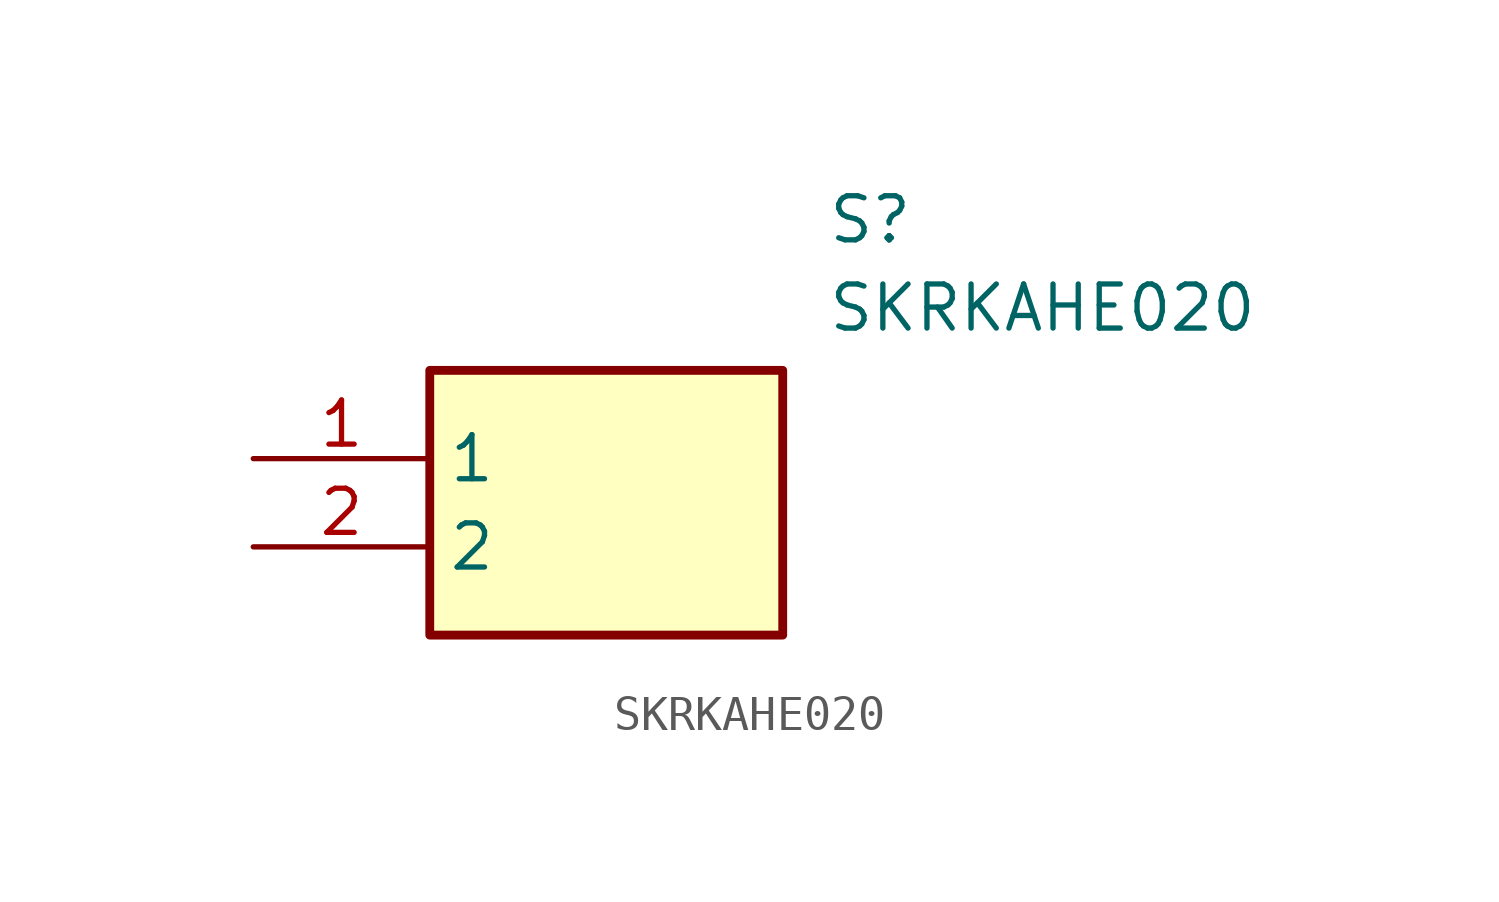
<source format=kicad_sym>
(kicad_symbol_lib
  (version 20241209)
  (generator "kicad_symbol_editor")
  (generator_version "9.0")
  (symbol "SKRKAHE020"
    (property "Reference" "S"
      (at 16.51 7.62 0)
      (effects (font (size 1.27 1.27)) (justify left top)))
    (property "Value" "SKRKAHE020"
      (at 16.51 5.08 0)
      (effects (font (size 1.27 1.27)) (justify left top)))
    (symbol "SKRKAHE020_1_1"
      (rectangle (start 5.08 2.54) (end 15.24 -5.08) (stroke (width 0.254) (type default)) (fill (type background)))
      (pin passive line (at 0 0 0) (length 5.08) (name "1" (effects (font (size 1.27 1.27)))) (number "1" (effects (font (size 1.27 1.27)))))
      (pin passive line (at 0 -2.54 0) (length 5.08) (name "2" (effects (font (size 1.27 1.27)))) (number "2" (effects (font (size 1.27 1.27))))))))
</source>
